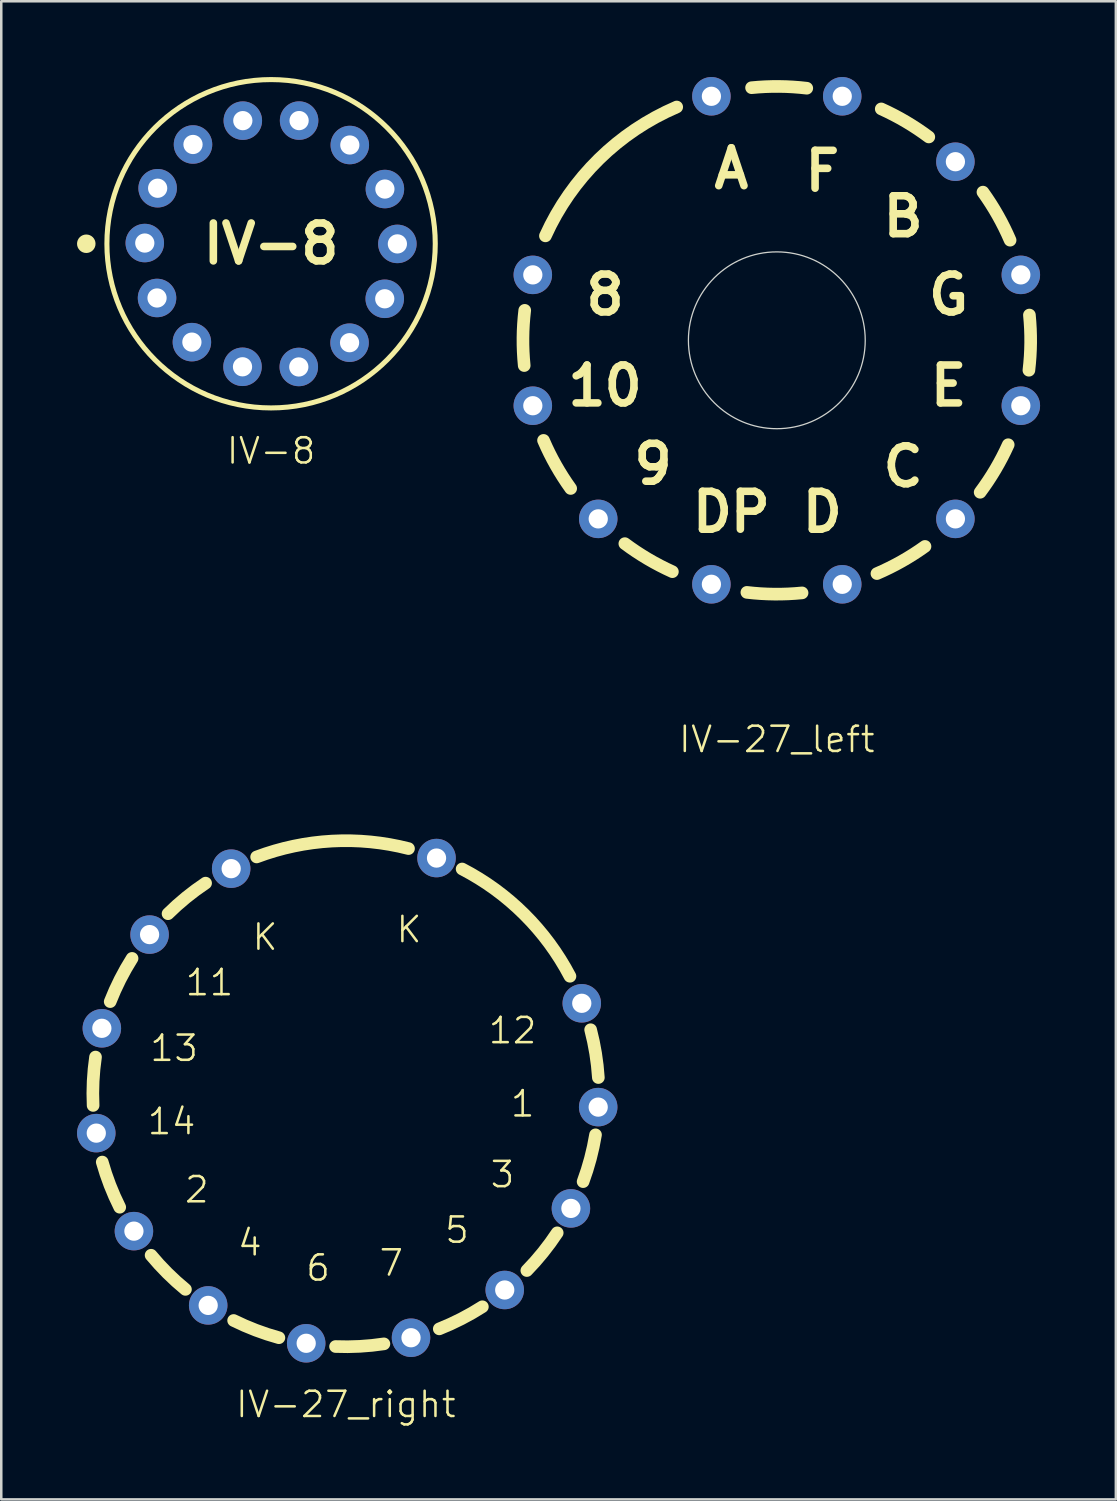
<source format=kicad_pcb>
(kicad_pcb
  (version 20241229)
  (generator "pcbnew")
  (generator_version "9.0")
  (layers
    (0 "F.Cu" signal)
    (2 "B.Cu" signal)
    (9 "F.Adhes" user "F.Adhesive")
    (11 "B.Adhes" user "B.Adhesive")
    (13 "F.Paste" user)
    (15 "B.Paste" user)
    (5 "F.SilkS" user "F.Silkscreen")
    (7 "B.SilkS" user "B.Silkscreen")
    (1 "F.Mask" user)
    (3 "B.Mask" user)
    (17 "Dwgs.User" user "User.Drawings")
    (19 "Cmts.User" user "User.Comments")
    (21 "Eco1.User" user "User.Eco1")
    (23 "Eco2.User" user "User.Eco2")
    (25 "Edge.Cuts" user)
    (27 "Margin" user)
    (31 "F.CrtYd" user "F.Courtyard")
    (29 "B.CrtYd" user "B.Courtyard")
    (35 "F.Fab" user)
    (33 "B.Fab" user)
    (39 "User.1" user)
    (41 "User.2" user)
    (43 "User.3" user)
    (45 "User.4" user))
  (footprint "IV-27_left"
    (layer "F.Cu")
    (at 27.704 10.422)
    (property "Reference" "IV-27_left" (at 0 15.8 0) (unlocked yes) (layer "F.SilkS") (effects (font (size 1 1) (thickness 0.1))))
    (attr through_hole)
    (fp_arc (start -10.000605 0.99989) (mid -10.050047 -0.093518) (end -9.980294 -1.185819) (stroke (width 0.5) (type default)) (layer "F.SilkS"))
    (fp_arc (start -9.160701 -4.13434) (mid -7.040409 -7.172437) (end -3.963447 -9.235924) (stroke (width 0.5) (type default)) (layer "F.SilkS"))
    (fp_arc (start -8.160816 5.866051) (mid -8.750338 4.943853) (end -9.23608 3.963016) (stroke (width 0.5) (type default)) (layer "F.SilkS"))
    (fp_arc (start -4.134368 9.160433) (mid -5.106008 8.656546) (end -6.017092 8.049988) (stroke (width 0.5) (type default)) (layer "F.SilkS"))
    (fp_arc (start -1 -9.999999) (mid 0.093406 -10.049441) (end 1.185705 -9.979684) (stroke (width 0.5) (type default)) (layer "F.SilkS"))
    (fp_arc (start 0.999817 10.000229) (mid -0.093591 10.04967) (end -1.185892 9.979917) (stroke (width 0.5) (type default)) (layer "F.SilkS"))
    (fp_arc (start 4.133955 -9.16026) (mid 5.105594 -8.656374) (end 6.016675 -8.049814) (stroke (width 0.5) (type default)) (layer "F.SilkS"))
    (fp_arc (start 5.865975 8.160443) (mid 4.943777 8.749964) (end 3.96294 9.235705) (stroke (width 0.5) (type default)) (layer "F.SilkS"))
    (fp_arc (start 8.160279 -5.865991) (mid 8.7498 -4.943793) (end 9.235539 -3.962955) (stroke (width 0.5) (type default)) (layer "F.SilkS"))
    (fp_arc (start 9.160279 4.134085) (mid 8.656392 5.105725) (end 8.049832 6.016807) (stroke (width 0.5) (type default)) (layer "F.SilkS"))
    (fp_arc (start 10.000036 -0.999925) (mid 10.049477 0.093483) (end 9.97972 1.185783) (stroke (width 0.5) (type default)) (layer "F.SilkS"))
    (fp_circle (center 0 0) (end 3.5 0) (stroke (width 0.05) (type default)) (fill no) (layer "Edge.Cuts"))
    (fp_line (start 0 0) (end -9.66 -2.59) (stroke (width 0.1) (type default)) (layer "User.9"))
    (fp_line (start 0 0) (end -9.66 2.59) (stroke (width 0.1) (type default)) (layer "User.9"))
    (fp_line (start 0 0) (end -7.07 7.07) (stroke (width 0.1) (type default)) (layer "User.9"))
    (fp_line (start 0 0) (end -2.59 -9.66) (stroke (width 0.1) (type default)) (layer "User.9"))
    (fp_line (start 0 0) (end -2.59 9.66) (stroke (width 0.1) (type default)) (layer "User.9"))
    (fp_line (start 0 0) (end 2.59 -9.66) (stroke (width 0.1) (type default)) (layer "User.9"))
    (fp_line (start 0 0) (end 2.59 9.66) (stroke (width 0.1) (type default)) (layer "User.9"))
    (fp_line (start 0 0) (end 7.07 -7.07) (stroke (width 0.1) (type default)) (layer "User.9"))
    (fp_line (start 0 0) (end 7.07 7.07) (stroke (width 0.1) (type default)) (layer "User.9"))
    (fp_line (start 0 0) (end 9.66 -2.59) (stroke (width 0.1) (type default)) (layer "User.9"))
    (fp_line (start 0 0) (end 9.66 2.59) (stroke (width 0.1) (type default)) (layer "User.9"))
    (fp_circle (center 0 0) (end 7 0) (stroke (width 0.1) (type default)) (fill no) (layer "User.9"))
    (fp_circle (center 0 0) (end 10 0) (stroke (width 0.1) (type default)) (fill no) (layer "User.9"))
    (fp_text user "D" (at 1.8 6.8 0) (unlocked yes) (layer "F.SilkS") (effects (font (size 1.5 1.5) (thickness 0.3) (bold yes))))
    (fp_text user "A" (at -1.8 -6.8 0) (unlocked yes) (layer "F.SilkS") (effects (font (size 1.5 1.5) (thickness 0.3) (bold yes))))
    (fp_text user "C" (at 5 5 0) (unlocked yes) (layer "F.SilkS") (effects (font (size 1.5 1.5) (thickness 0.3) (bold yes))))
    (fp_text user "DP" (at -1.8 6.8 0) (unlocked yes) (layer "F.SilkS") (effects (font (size 1.5 1.5) (thickness 0.3) (bold yes))))
    (fp_text user "9" (at -4.9 4.9 0) (unlocked yes) (layer "F.SilkS") (effects (font (size 1.5 1.5) (thickness 0.3) (bold yes))))
    (fp_text user "F" (at 1.8 -6.7 0) (unlocked yes) (layer "F.SilkS") (effects (font (size 1.5 1.5) (thickness 0.3) (bold yes))))
    (fp_text user "G" (at 6.8 -1.8 0) (unlocked yes) (layer "F.SilkS") (effects (font (size 1.5 1.5) (thickness 0.3) (bold yes))))
    (fp_text user "10" (at -6.8 1.8 0) (unlocked yes) (layer "F.SilkS") (effects (font (size 1.5 1.5) (thickness 0.3) (bold yes))))
    (fp_text user "B" (at 5 -4.9 0) (unlocked yes) (layer "F.SilkS") (effects (font (size 1.5 1.5) (thickness 0.3) (bold yes))))
    (fp_text user "E" (at 6.8 1.8 0) (unlocked yes) (layer "F.SilkS") (effects (font (size 1.5 1.5) (thickness 0.3) (bold yes))))
    (fp_text user "8" (at -6.8 -1.8 0) (unlocked yes) (layer "F.SilkS") (effects (font (size 1.5 1.5) (thickness 0.3) (bold yes))))
    (pad "1" thru_hole circle (at -2.59 -9.66) (size 1.524 1.524) (drill 0.762) (layers "*.Cu" "*.Mask"))
    (pad "2" thru_hole circle (at 2.59 -9.66) (size 1.524 1.524) (drill 0.762) (layers "*.Cu" "*.Mask"))
    (pad "3" thru_hole circle (at 7.07 -7.07) (size 1.524 1.524) (drill 0.762) (layers "*.Cu" "*.Mask"))
    (pad "4" thru_hole circle (at 9.66 -2.59) (size 1.524 1.524) (drill 0.762) (layers "*.Cu" "*.Mask"))
    (pad "5" thru_hole circle (at 9.66 2.59) (size 1.524 1.524) (drill 0.762) (layers "*.Cu" "*.Mask"))
    (pad "6" thru_hole circle (at 7.07 7.07) (size 1.524 1.524) (drill 0.762) (layers "*.Cu" "*.Mask"))
    (pad "7" thru_hole circle (at 2.59 9.66) (size 1.524 1.524) (drill 0.762) (layers "*.Cu" "*.Mask"))
    (pad "8" thru_hole circle (at -2.59 9.66) (size 1.524 1.524) (drill 0.762) (layers "*.Cu" "*.Mask"))
    (pad "9" thru_hole circle (at -7.07 7.07) (size 1.524 1.524) (drill 0.762) (layers "*.Cu" "*.Mask"))
    (pad "10" thru_hole circle (at -9.66 2.59) (size 1.524 1.524) (drill 0.762) (layers "*.Cu" "*.Mask"))
    (pad "11" thru_hole circle (at -9.66 -2.59) (size 1.524 1.524) (drill 0.762) (layers "*.Cu" "*.Mask")))
  (footprint "IV-8"
    (layer "F.Cu")
    (at 7.682 6.6)
    (property "Reference" "IV-8" (at 0 8.2 0) (unlocked yes) (layer "F.SilkS") (effects (font (size 1 1) (thickness 0.1))))
    (attr through_hole)
    (fp_circle (center -7.316 0) (end -7 0) (stroke (width 0.1) (type solid)) (fill yes) (layer "F.SilkS"))
    (fp_circle (center 0 0) (end -0.679 -6.464) (stroke (width 0.2) (type default)) (fill no) (layer "F.SilkS"))
    (fp_text user "IV-8" (at 0 0 0) (unlocked yes) (layer "F.SilkS") (effects (font (size 1.5 1.5) (thickness 0.3) (bold yes))))
    (pad "1" thru_hole circle (at -4.515 2.147 96) (size 1.524 1.524) (drill 0.762) (layers "*.Cu" "*.Mask"))
    (pad "2" thru_hole circle (at -3.135 3.895 96) (size 1.524 1.524) (drill 0.762) (layers "*.Cu" "*.Mask"))
    (pad "3" thru_hole circle (at -1.131 4.871 96) (size 1.524 1.524) (drill 0.762) (layers "*.Cu" "*.Mask"))
    (pad "4" thru_hole circle (at 1.097 4.878 96) (size 1.524 1.524) (drill 0.762) (layers "*.Cu" "*.Mask"))
    (pad "5" thru_hole circle (at 3.107 3.917 96) (size 1.524 1.524) (drill 0.762) (layers "*.Cu" "*.Mask"))
    (pad "6" thru_hole circle (at 4.5 2.179 96) (size 1.524 1.524) (drill 0.762) (layers "*.Cu" "*.Mask"))
    (pad "7" thru_hole circle (at 5 0.006 96) (size 1.524 1.524) (drill 0.762) (layers "*.Cu" "*.Mask"))
    (pad "8" thru_hole circle (at 4.506 -2.166 96) (size 1.524 1.524) (drill 0.762) (layers "*.Cu" "*.Mask"))
    (pad "9" thru_hole circle (at 3.117 -3.909 96) (size 1.524 1.524) (drill 0.762) (layers "*.Cu" "*.Mask"))
    (pad "10" thru_hole circle (at 1.109 -4.876 96) (size 1.524 1.524) (drill 0.762) (layers "*.Cu" "*.Mask"))
    (pad "11" thru_hole circle (at -1.119 -4.874 96) (size 1.524 1.524) (drill 0.762) (layers "*.Cu" "*.Mask"))
    (pad "12" thru_hole circle (at -3.091 -3.93 96) (size 1.524 1.524) (drill 0.762) (layers "*.Cu" "*.Mask"))
    (pad "13" thru_hole circle (at -4.491 -2.198 96) (size 1.524 1.524) (drill 0.762) (layers "*.Cu" "*.Mask"))
    (pad "14" thru_hole circle (at -5 -0.028 96) (size 1.524 1.524) (drill 0.762) (layers "*.Cu" "*.Mask")))
  (footprint "IV-27_right"
    (layer "F.Cu")
    (at 10.642 40.25)
    (property "Reference" "IV-27_right" (at 0 12.3 0) (unlocked yes) (layer "F.SilkS") (effects (font (size 1 1) (thickness 0.1))))
    (attr through_hole)
    (fp_arc (start -10.005724 0.46324) (mid -10.004152 -0.496572) (end -9.91073 -1.451828) (stroke (width 0.5) (type default)) (layer "F.SilkS"))
    (fp_arc (start -9.32912 -3.646967) (mid -8.937293 -4.52316) (end -8.46341 -5.357831) (stroke (width 0.5) (type default)) (layer "F.SilkS"))
    (fp_arc (start -8.952098 4.493116) (mid -9.341053 3.615645) (end -9.644245 2.704976) (stroke (width 0.5) (type default)) (layer "F.SilkS"))
    (fp_arc (start -7.039235 -7.126627) (mid -6.324903 -7.767698) (end -5.552499 -8.337464) (stroke (width 0.5) (type default)) (layer "F.SilkS"))
    (fp_arc (start -6.350464 7.746042) (mid -7.062693 7.102636) (end -7.710074 6.394017) (stroke (width 0.5) (type default)) (layer "F.SilkS"))
    (fp_arc (start -3.532016 -9.374074) (mid -0.551119 -10.002233) (end 2.480747 -9.705375) (stroke (width 0.5) (type default)) (layer "F.SilkS"))
    (fp_arc (start -2.650872 9.659432) (mid -3.563224 9.361343) (end -4.442856 8.977299) (stroke (width 0.5) (type default)) (layer "F.SilkS"))
    (fp_arc (start 1.507144 9.902631) (mid 0.552426 10.0014) (end -0.407363 10.008337) (stroke (width 0.5) (type default)) (layer "F.SilkS"))
    (fp_arc (start 4.60292 -8.897278) (mid 7.064343 -7.10236) (end 8.872449 -4.650607) (stroke (width 0.5) (type default)) (layer "F.SilkS"))
    (fp_arc (start 5.404586 8.433593) (mid 4.57258 8.912142) (end 3.698591 9.30886) (stroke (width 0.5) (type default)) (layer "F.SilkS"))
    (fp_arc (start 8.367583 5.506313) (mid 7.802151 6.281896) (end 7.165082 6.9998) (stroke (width 0.5) (type default)) (layer "F.SilkS"))
    (fp_arc (start 9.691216 -2.533844) (mid 9.889238 -1.594679) (end 9.996463 -0.640873) (stroke (width 0.5) (type default)) (layer "F.SilkS"))
    (fp_arc (start 9.883974 1.62691) (mid 9.682884 2.565423) (end 9.39289 3.48038) (stroke (width 0.5) (type default)) (layer "F.SilkS"))
    (fp_line (start -9.88 1.56) (end 0 0) (stroke (width 0.1) (type default)) (layer "User.9"))
    (fp_line (start -9.66 -2.59) (end 0 0) (stroke (width 0.1) (type default)) (layer "User.9"))
    (fp_line (start -8.39 5.44) (end 0 0) (stroke (width 0.1) (type default)) (layer "User.9"))
    (fp_line (start -7.77 -6.3) (end 0 0) (stroke (width 0.1) (type default)) (layer "User.9"))
    (fp_line (start -5.45 8.38) (end 0 0) (stroke (width 0.1) (type default)) (layer "User.9"))
    (fp_line (start -4.54 -8.91) (end 0 0) (stroke (width 0.1) (type default)) (layer "User.9"))
    (fp_line (start -1.57 9.88) (end 0 0) (stroke (width 0.1) (type default)) (layer "User.9"))
    (fp_line (start 2.58 9.66) (end 0 0) (stroke (width 0.1) (type default)) (layer "User.9"))
    (fp_line (start 3.59 -9.33) (end 0 0) (stroke (width 0.1) (type default)) (layer "User.9"))
    (fp_line (start 6.29 7.77) (end 0 0) (stroke (width 0.1) (type default)) (layer "User.9"))
    (fp_line (start 8.91 4.54) (end 0 0) (stroke (width 0.1) (type default)) (layer "User.9"))
    (fp_line (start 9.34 -3.58) (end 0 0) (stroke (width 0.1) (type default)) (layer "User.9"))
    (fp_line (start 9.99 0.53) (end 0 0) (stroke (width 0.1) (type default)) (layer "User.9"))
    (fp_circle (center 0 0) (end 7 0) (stroke (width 0.1) (type default)) (fill no) (layer "User.9"))
    (fp_circle (center 0 0) (end 10 0) (stroke (width 0.1) (type default)) (fill no) (layer "User.9"))
    (fp_text user "13" (at -6.8 -1.8 0) (unlocked yes) (layer "F.SilkS") (effects (font (size 1 1) (thickness 0.1))))
    (fp_text user "7" (at 1.8 6.7 0) (unlocked yes) (layer "F.SilkS") (effects (font (size 1 1) (thickness 0.1))))
    (fp_text user "3" (at 6.2 3.2 0) (unlocked yes) (layer "F.SilkS") (effects (font (size 1 1) (thickness 0.1))))
    (fp_text user "11" (at -5.4 -4.4 0) (unlocked yes) (layer "F.SilkS") (effects (font (size 1 1) (thickness 0.1))))
    (fp_text user "5" (at 4.4 5.4 0) (unlocked yes) (layer "F.SilkS") (effects (font (size 1 1) (thickness 0.1))))
    (fp_text user "12" (at 6.6 -2.5 0) (unlocked yes) (layer "F.SilkS") (effects (font (size 1 1) (thickness 0.1))))
    (fp_text user "14" (at -6.9 1.1 0) (unlocked yes) (layer "F.SilkS") (effects (font (size 1 1) (thickness 0.1))))
    (fp_text user "1" (at 7 0.4 0) (unlocked yes) (layer "F.SilkS") (effects (font (size 1 1) (thickness 0.1))))
    (fp_text user "K" (at 2.5 -6.5 0) (unlocked yes) (layer "F.SilkS") (effects (font (size 1 1) (thickness 0.1))))
    (fp_text user "4" (at -3.8 5.9 0) (unlocked yes) (layer "F.SilkS") (effects (font (size 1 1) (thickness 0.1))))
    (fp_text user "2" (at -5.9 3.8 0) (unlocked yes) (layer "F.SilkS") (effects (font (size 1 1) (thickness 0.1))))
    (fp_text user "K" (at -3.2 -6.2 0) (unlocked yes) (layer "F.SilkS") (effects (font (size 1 1) (thickness 0.1))))
    (fp_text user "6" (at -1.1 6.9 0) (unlocked yes) (layer "F.SilkS") (effects (font (size 1 1) (thickness 0.1))))
    (pad "1" thru_hole circle (at 9.34 -3.58) (size 1.524 1.524) (drill 0.762) (layers "*.Cu" "*.Mask"))
    (pad "2" thru_hole circle (at 9.99 0.53) (size 1.524 1.524) (drill 0.762) (layers "*.Cu" "*.Mask"))
    (pad "3" thru_hole circle (at 8.91 4.54) (size 1.524 1.524) (drill 0.762) (layers "*.Cu" "*.Mask"))
    (pad "4" thru_hole circle (at 6.29 7.77) (size 1.524 1.524) (drill 0.762) (layers "*.Cu" "*.Mask"))
    (pad "5" thru_hole circle (at 2.58 9.66) (size 1.524 1.524) (drill 0.762) (layers "*.Cu" "*.Mask"))
    (pad "6" thru_hole circle (at -1.57 9.88) (size 1.524 1.524) (drill 0.762) (layers "*.Cu" "*.Mask"))
    (pad "7" thru_hole circle (at -5.45 8.38) (size 1.524 1.524) (drill 0.762) (layers "*.Cu" "*.Mask"))
    (pad "8" thru_hole circle (at -8.39 5.44) (size 1.524 1.524) (drill 0.762) (layers "*.Cu" "*.Mask"))
    (pad "9" thru_hole circle (at -9.88 1.56) (size 1.524 1.524) (drill 0.762) (layers "*.Cu" "*.Mask"))
    (pad "10" thru_hole circle (at -9.66 -2.59) (size 1.524 1.524) (drill 0.762) (layers "*.Cu" "*.Mask"))
    (pad "11" thru_hole circle (at -7.77 -6.3) (size 1.524 1.524) (drill 0.762) (layers "*.Cu" "*.Mask"))
    (pad "12" thru_hole circle (at -4.54 -8.91) (size 1.524 1.524) (drill 0.762) (layers "*.Cu" "*.Mask"))
    (pad "13" thru_hole circle (at 3.59 -9.33) (size 1.524 1.524) (drill 0.762) (layers "*.Cu" "*.Mask")))
  (gr_rect
    (start -3 -3)
    (end 41.126 56.31)
    (stroke (width 0.1) (type default))
    (fill no)
    (layer "Edge.Cuts")))
</source>
